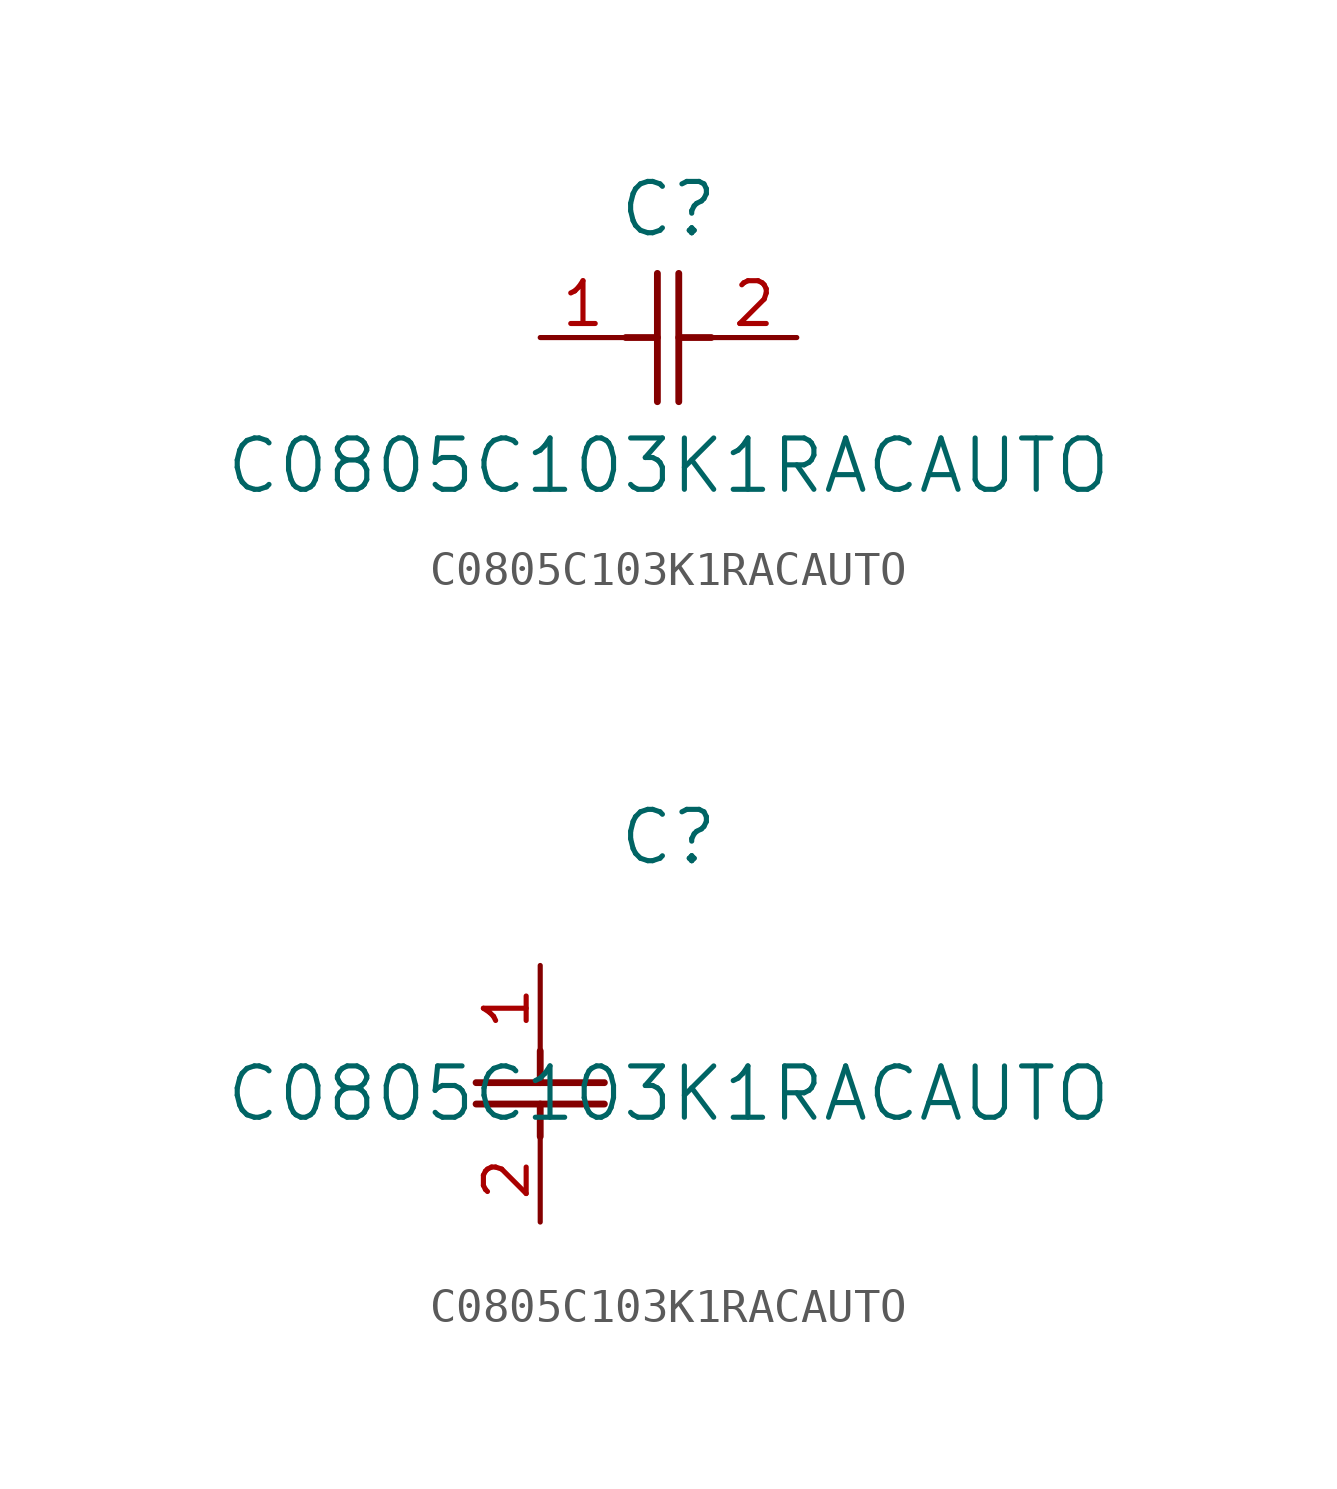
<source format=kicad_sym>
(kicad_symbol_lib
  (version 20241209)
  (generator "kicad_symbol_editor")
  (generator_version "9.0")
  (symbol "C0805C103K1RACAUTO"
    (pin_names
      (offset 0.254))
    (property "Reference" "C"
      (at 3.81 3.81 0)
      (effects (font (size 1.524 1.524))))
    (property "Value" "C0805C103K1RACAUTO"
      (at 3.81 -3.81 0)
      (effects (font (size 1.524 1.524))))
    (property "ki_locked" ""
      (at 0 0 0)
      (effects (font (size 1.27 1.27))))
    (symbol "C0805C103K1RACAUTO_1_1"
      (polyline (pts (xy 2.54 0) (xy 3.48 0)) (stroke (width 0.203) (type default)) (fill (type none)))
      (polyline (pts (xy 3.48 -1.905) (xy 3.48 1.905)) (stroke (width 0.203) (type default)) (fill (type none)))
      (polyline (pts (xy 4.115 0) (xy 5.08 0)) (stroke (width 0.203) (type default)) (fill (type none)))
      (polyline (pts (xy 4.115 -1.905) (xy 4.115 1.905)) (stroke (width 0.203) (type default)) (fill (type none)))
      (pin unspecified line (at 0 0 0) (length 2.54) (name "" (effects (font (size 1.27 1.27)))) (number "1" (effects (font (size 1.27 1.27)))))
      (pin unspecified line (at 7.62 0 180) (length 2.54) (name "" (effects (font (size 1.27 1.27)))) (number "2" (effects (font (size 1.27 1.27))))))
    (symbol "C0805C103K1RACAUTO_1_2"
      (polyline (pts (xy -1.905 -3.48) (xy 1.905 -3.48)) (stroke (width 0.203) (type default)) (fill (type none)))
      (polyline (pts (xy -1.905 -4.115) (xy 1.905 -4.115)) (stroke (width 0.203) (type default)) (fill (type none)))
      (polyline (pts (xy 0 -2.54) (xy 0 -3.48)) (stroke (width 0.203) (type default)) (fill (type none)))
      (polyline (pts (xy 0 -4.115) (xy 0 -5.08)) (stroke (width 0.203) (type default)) (fill (type none)))
      (pin unspecified line (at 0 0 270) (length 2.54) (name "" (effects (font (size 1.27 1.27)))) (number "1" (effects (font (size 1.27 1.27)))))
      (pin unspecified line (at 0 -7.62 90) (length 2.54) (name "" (effects (font (size 1.27 1.27)))) (number "2" (effects (font (size 1.27 1.27))))))))
</source>
